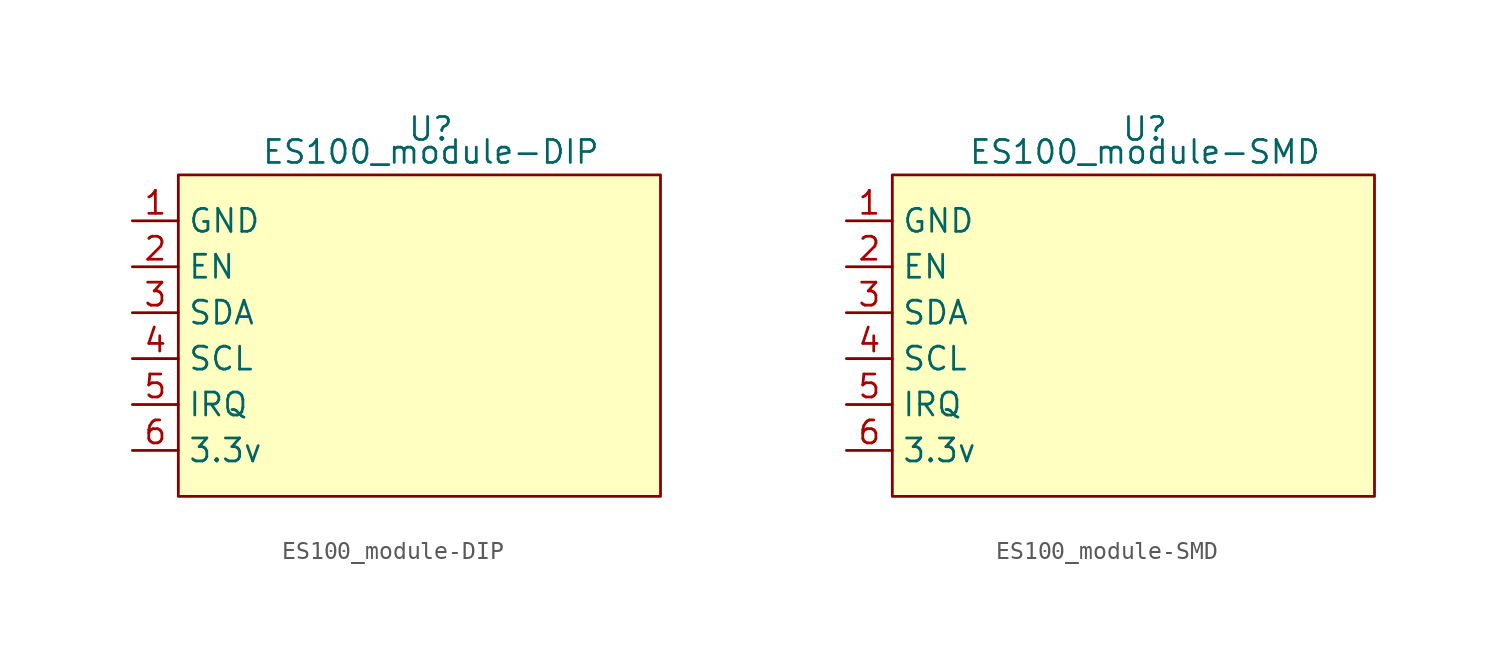
<source format=kicad_sym>
(kicad_symbol_lib
  (version 20220914)
  (generator kicad_symbol_editor)
  (symbol "ES100_module-DIP"
    (property "Reference" "U"
      (at 0 11.43 0)
      (effects (font (size 1.27 1.27))))
    (property "Value" "ES100_module-DIP"
      (at 0 10.16 0)
      (effects (font (size 1.27 1.27))))
    (symbol "ES100_module-DIP_1_1"
      (rectangle (start -13.97 8.89) (end 12.7 -8.89) (stroke (width 0) (type default)) (fill (type background)))
      (pin input line (at -16.51 6.35 0) (length 2.54) (name "GND" (effects (font (size 1.27 1.27)))) (number "1" (effects (font (size 1.27 1.27)))))
      (pin input line (at -16.51 3.81 0) (length 2.54) (name "EN" (effects (font (size 1.27 1.27)))) (number "2" (effects (font (size 1.27 1.27)))))
      (pin input line (at -16.51 1.27 0) (length 2.54) (name "SDA" (effects (font (size 1.27 1.27)))) (number "3" (effects (font (size 1.27 1.27)))))
      (pin input line (at -16.51 -1.27 0) (length 2.54) (name "SCL" (effects (font (size 1.27 1.27)))) (number "4" (effects (font (size 1.27 1.27)))))
      (pin input line (at -16.51 -3.81 0) (length 2.54) (name "IRQ" (effects (font (size 1.27 1.27)))) (number "5" (effects (font (size 1.27 1.27)))))
      (pin input line (at -16.51 -6.35 0) (length 2.54) (name "3.3v" (effects (font (size 1.27 1.27)))) (number "6" (effects (font (size 1.27 1.27)))))))
  (symbol "ES100_module-SMD"
    (property "Reference" "U"
      (at 0 11.43 0)
      (effects (font (size 1.27 1.27))))
    (property "Value" "ES100_module-SMD"
      (at 0 10.16 0)
      (effects (font (size 1.27 1.27))))
    (symbol "ES100_module-SMD_1_1"
      (rectangle (start -13.97 8.89) (end 12.7 -8.89) (stroke (width 0) (type default)) (fill (type background)))
      (pin input line (at -16.51 6.35 0) (length 2.54) (name "GND" (effects (font (size 1.27 1.27)))) (number "1" (effects (font (size 1.27 1.27)))))
      (pin input line (at -16.51 3.81 0) (length 2.54) (name "EN" (effects (font (size 1.27 1.27)))) (number "2" (effects (font (size 1.27 1.27)))))
      (pin input line (at -16.51 1.27 0) (length 2.54) (name "SDA" (effects (font (size 1.27 1.27)))) (number "3" (effects (font (size 1.27 1.27)))))
      (pin input line (at -16.51 -1.27 0) (length 2.54) (name "SCL" (effects (font (size 1.27 1.27)))) (number "4" (effects (font (size 1.27 1.27)))))
      (pin input line (at -16.51 -3.81 0) (length 2.54) (name "IRQ" (effects (font (size 1.27 1.27)))) (number "5" (effects (font (size 1.27 1.27)))))
      (pin input line (at -16.51 -6.35 0) (length 2.54) (name "3.3v" (effects (font (size 1.27 1.27)))) (number "6" (effects (font (size 1.27 1.27))))))))
</source>
